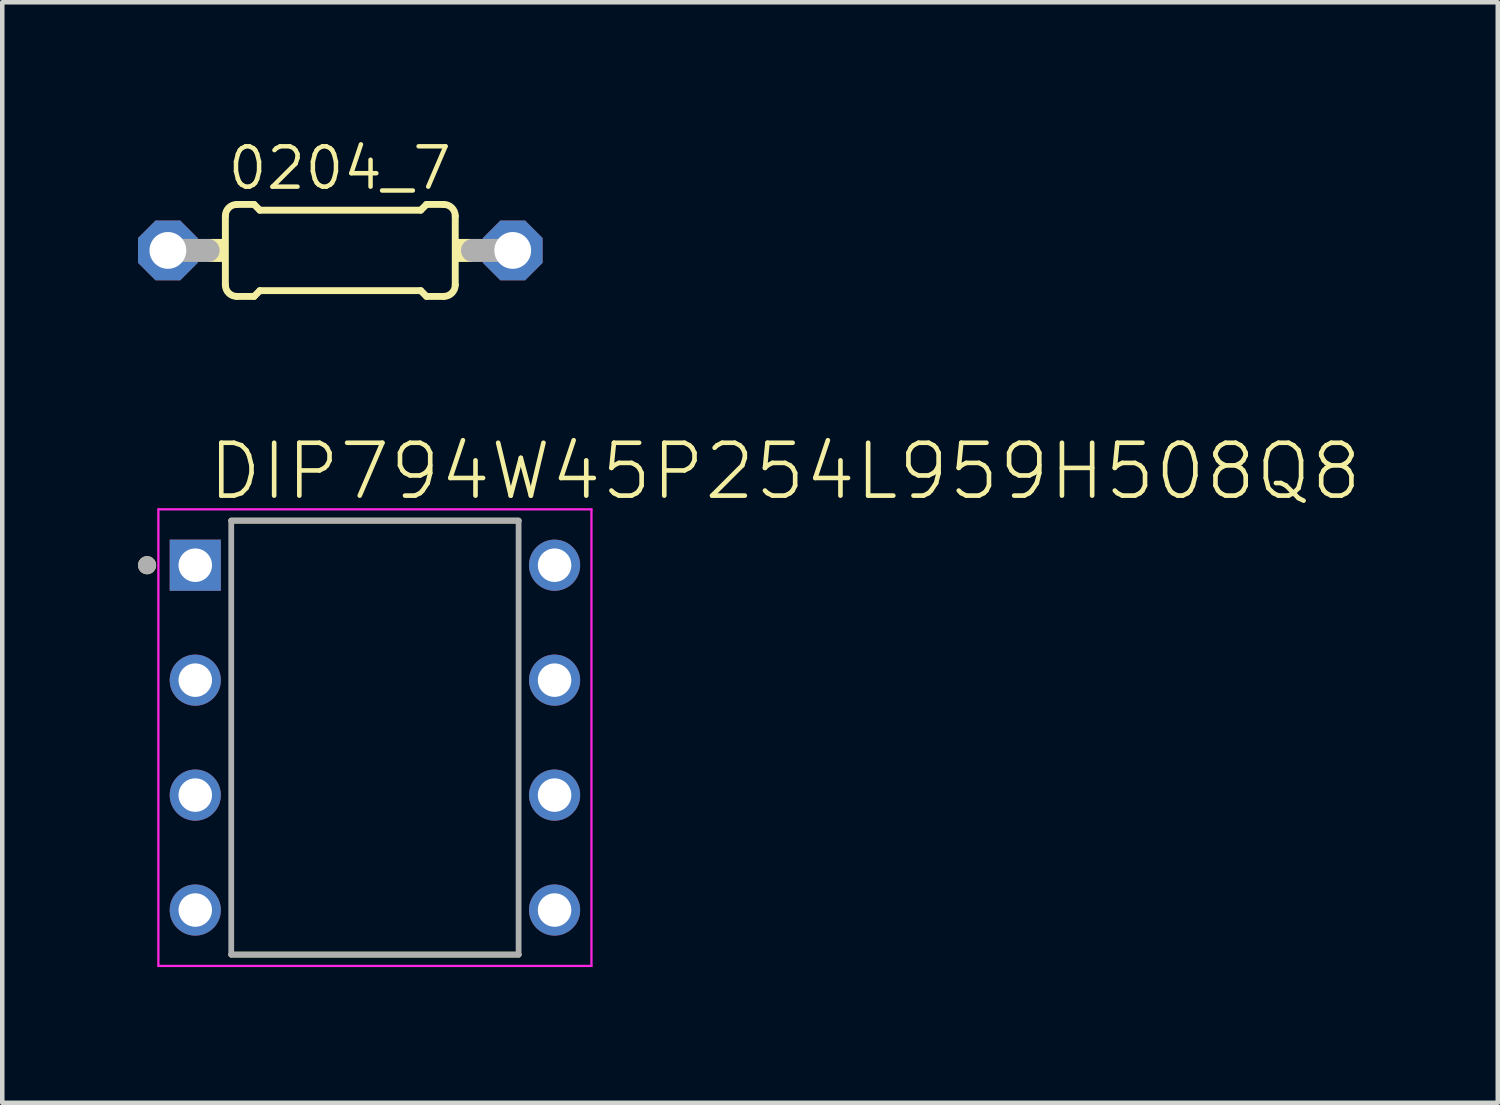
<source format=kicad_pcb>
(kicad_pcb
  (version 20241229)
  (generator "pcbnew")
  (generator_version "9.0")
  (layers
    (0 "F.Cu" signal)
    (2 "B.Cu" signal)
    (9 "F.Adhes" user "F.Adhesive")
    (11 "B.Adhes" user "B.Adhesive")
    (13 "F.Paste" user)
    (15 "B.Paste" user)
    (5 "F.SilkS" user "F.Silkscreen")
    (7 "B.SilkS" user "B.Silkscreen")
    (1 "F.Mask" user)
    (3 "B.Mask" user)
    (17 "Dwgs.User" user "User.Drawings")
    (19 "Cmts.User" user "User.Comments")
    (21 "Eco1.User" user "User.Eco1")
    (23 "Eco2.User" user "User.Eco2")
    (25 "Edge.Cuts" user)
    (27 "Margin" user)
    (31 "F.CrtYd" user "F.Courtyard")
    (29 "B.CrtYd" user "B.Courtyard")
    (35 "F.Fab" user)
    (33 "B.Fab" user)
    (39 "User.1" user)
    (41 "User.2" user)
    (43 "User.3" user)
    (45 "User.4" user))
  (footprint "0204_7"
    (layer "F.Cu")
    (at 4.47 2.484)
    (property "Reference" "0204_7" (at -2.54 -1.295 0) (layer "F.SilkS") (effects (font (size 0.892 0.892) (thickness 0.099)) (justify left bottom)))
    (fp_line (start -2.54 0.762) (end -2.54 -0.762) (stroke (width 0.152) (type solid)) (layer "F.SilkS"))
    (fp_line (start -2.286 -1.016) (end -1.905 -1.016) (stroke (width 0.152) (type solid)) (layer "F.SilkS"))
    (fp_line (start -2.286 1.016) (end -1.905 1.016) (stroke (width 0.152) (type solid)) (layer "F.SilkS"))
    (fp_line (start -1.778 -0.889) (end -1.905 -1.016) (stroke (width 0.152) (type solid)) (layer "F.SilkS"))
    (fp_line (start -1.778 0.889) (end -1.905 1.016) (stroke (width 0.152) (type solid)) (layer "F.SilkS"))
    (fp_line (start 1.778 -0.889) (end -1.778 -0.889) (stroke (width 0.152) (type solid)) (layer "F.SilkS"))
    (fp_line (start 1.778 -0.889) (end 1.905 -1.016) (stroke (width 0.152) (type solid)) (layer "F.SilkS"))
    (fp_line (start 1.778 0.889) (end -1.778 0.889) (stroke (width 0.152) (type solid)) (layer "F.SilkS"))
    (fp_line (start 1.778 0.889) (end 1.905 1.016) (stroke (width 0.152) (type solid)) (layer "F.SilkS"))
    (fp_line (start 2.286 -1.016) (end 1.905 -1.016) (stroke (width 0.152) (type solid)) (layer "F.SilkS"))
    (fp_line (start 2.286 1.016) (end 1.905 1.016) (stroke (width 0.152) (type solid)) (layer "F.SilkS"))
    (fp_line (start 2.54 0.762) (end 2.54 -0.762) (stroke (width 0.152) (type solid)) (layer "F.SilkS"))
    (fp_arc (start -2.54 -0.762) (mid -2.465605 -0.941605) (end -2.286 -1.016) (stroke (width 0.1524) (type solid)) (layer "F.SilkS"))
    (fp_arc (start -2.286 1.016) (mid -2.465605 0.941605) (end -2.54 0.762) (stroke (width 0.1524) (type solid)) (layer "F.SilkS"))
    (fp_arc (start 2.286 -1.016) (mid 2.465605 -0.941605) (end 2.54 -0.762) (stroke (width 0.1524) (type solid)) (layer "F.SilkS"))
    (fp_arc (start 2.54 0.762) (mid 2.465605 0.941605) (end 2.286 1.016) (stroke (width 0.1524) (type solid)) (layer "F.SilkS"))
    (fp_poly (pts (xy -2.921 0.254) (xy -2.54 0.254) (xy -2.54 -0.254) (xy -2.921 -0.254)) (stroke (width 0) (type solid)) (fill yes) (layer "F.SilkS"))
    (fp_poly (pts (xy 2.54 0.254) (xy 2.921 0.254) (xy 2.921 -0.254) (xy 2.54 -0.254)) (stroke (width 0) (type solid)) (fill yes) (layer "F.SilkS"))
    (fp_line (start -3.81 0) (end -2.921 0) (stroke (width 0.508) (type solid)) (layer "F.Fab"))
    (fp_line (start 3.81 0) (end 2.921 0) (stroke (width 0.508) (type solid)) (layer "F.Fab"))
    (pad "1" thru_hole roundrect (at -3.81 0) (size 1.321 1.321) (drill 0.813) (layers "*.Cu" "*.Mask") (roundrect_rratio 0.25) (chamfer_ratio 0.293) (chamfer top_left top_right bottom_left bottom_right))
    (pad "2" thru_hole roundrect (at 3.81 0) (size 1.321 1.321) (drill 0.813) (layers "*.Cu" "*.Mask") (roundrect_rratio 0.25) (chamfer_ratio 0.293) (chamfer top_left top_right bottom_left bottom_right)))
  (footprint "DIP794W45P254L959H508Q8"
    (layer "F.Cu")
    (at 5.235 13.25)
    (property "Reference" "DIP794W45P254L959H508Q8" (at -3.74 -5.2 0) (layer "F.SilkS") (effects (font (size 1.168 1.168) (thickness 0.102)) (justify left bottom)))
    (fp_line (start -3.175 -4.795) (end 3.175 -4.795) (stroke (width 0.127) (type solid)) (layer "F.SilkS"))
    (fp_line (start -3.175 4.795) (end 3.175 4.795) (stroke (width 0.127) (type solid)) (layer "F.SilkS"))
    (fp_circle (center -5.035 -3.81) (end -4.935 -3.81) (stroke (width 0.2) (type solid)) (fill no) (layer "F.SilkS"))
    (fp_line (start -4.785 -5.045) (end -4.785 5.045) (stroke (width 0.05) (type solid)) (layer "F.CrtYd"))
    (fp_line (start 4.785 -5.045) (end -4.785 -5.045) (stroke (width 0.05) (type solid)) (layer "F.CrtYd"))
    (fp_line (start 4.785 -5.045) (end 4.785 5.045) (stroke (width 0.05) (type solid)) (layer "F.CrtYd"))
    (fp_line (start 4.785 5.045) (end -4.785 5.045) (stroke (width 0.05) (type solid)) (layer "F.CrtYd"))
    (fp_line (start -3.175 -4.795) (end -3.175 4.795) (stroke (width 0.127) (type solid)) (layer "F.Fab"))
    (fp_line (start -3.175 -4.795) (end 3.175 -4.795) (stroke (width 0.127) (type solid)) (layer "F.Fab"))
    (fp_line (start -3.175 4.795) (end 3.175 4.795) (stroke (width 0.127) (type solid)) (layer "F.Fab"))
    (fp_line (start 3.175 -4.795) (end 3.175 4.795) (stroke (width 0.127) (type solid)) (layer "F.Fab"))
    (fp_circle (center -5.035 -3.81) (end -4.935 -3.81) (stroke (width 0.2) (type solid)) (fill no) (layer "F.Fab"))
    (pad "1" thru_hole rect (at -3.97 -3.81) (size 1.13 1.13) (drill 0.74) (layers "*.Cu" "*.Mask"))
    (pad "2" thru_hole circle (at -3.97 -1.27) (size 1.13 1.13) (drill 0.74) (layers "*.Cu" "*.Mask"))
    (pad "3" thru_hole circle (at -3.97 1.27) (size 1.13 1.13) (drill 0.74) (layers "*.Cu" "*.Mask"))
    (pad "4" thru_hole circle (at -3.97 3.81) (size 1.13 1.13) (drill 0.74) (layers "*.Cu" "*.Mask"))
    (pad "5" thru_hole circle (at 3.97 3.81) (size 1.13 1.13) (drill 0.74) (layers "*.Cu" "*.Mask"))
    (pad "6" thru_hole circle (at 3.97 1.27) (size 1.13 1.13) (drill 0.74) (layers "*.Cu" "*.Mask"))
    (pad "7" thru_hole circle (at 3.97 -1.27) (size 1.13 1.13) (drill 0.74) (layers "*.Cu" "*.Mask"))
    (pad "8" thru_hole circle (at 3.97 -3.81) (size 1.13 1.13) (drill 0.74) (layers "*.Cu" "*.Mask")))
  (gr_rect
    (start -3 -3)
    (end 30.048 21.32)
    (stroke (width 0.1) (type default))
    (fill no)
    (layer "Edge.Cuts")))
</source>
